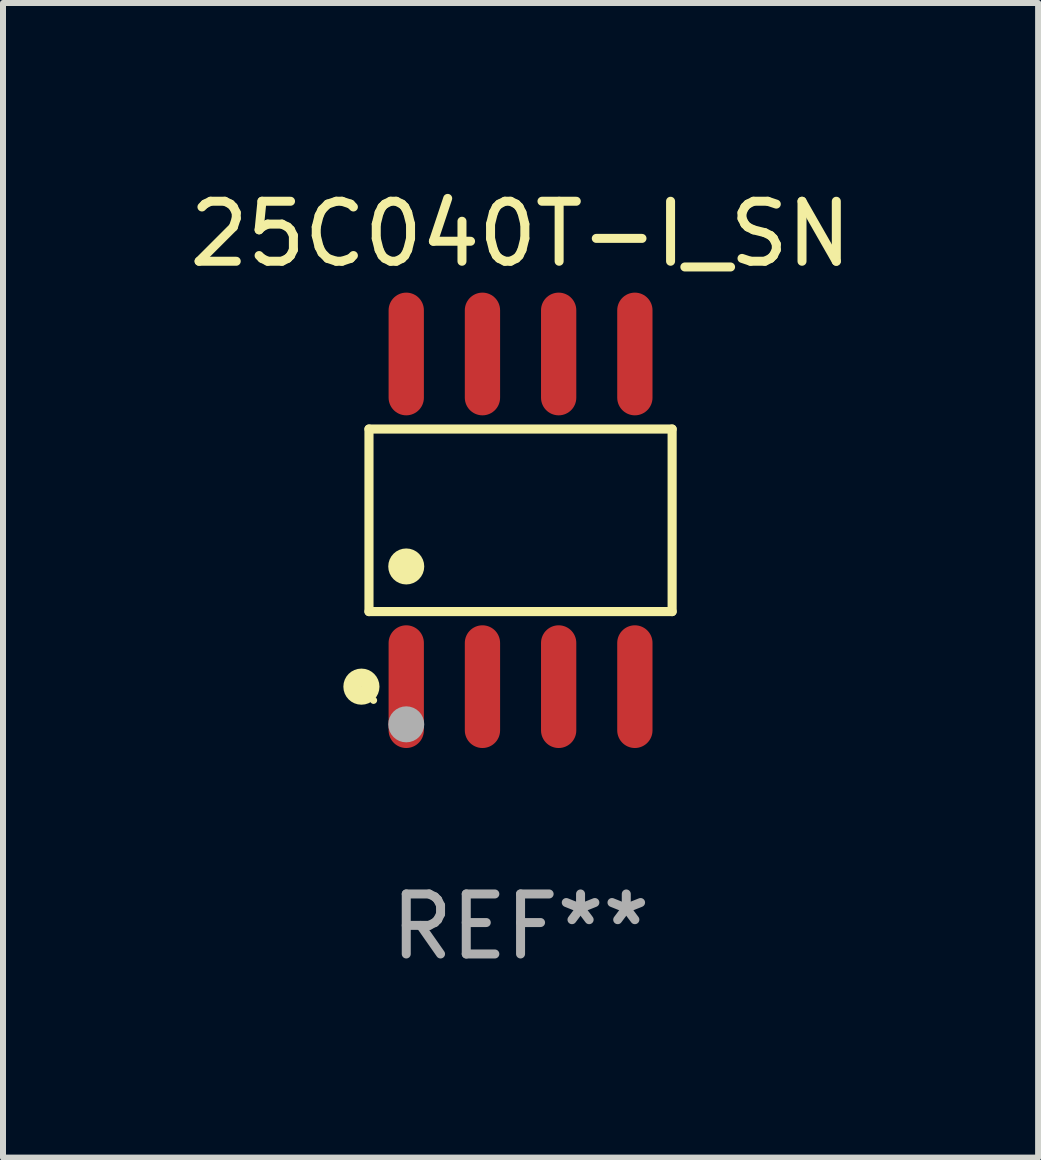
<source format=kicad_pcb>
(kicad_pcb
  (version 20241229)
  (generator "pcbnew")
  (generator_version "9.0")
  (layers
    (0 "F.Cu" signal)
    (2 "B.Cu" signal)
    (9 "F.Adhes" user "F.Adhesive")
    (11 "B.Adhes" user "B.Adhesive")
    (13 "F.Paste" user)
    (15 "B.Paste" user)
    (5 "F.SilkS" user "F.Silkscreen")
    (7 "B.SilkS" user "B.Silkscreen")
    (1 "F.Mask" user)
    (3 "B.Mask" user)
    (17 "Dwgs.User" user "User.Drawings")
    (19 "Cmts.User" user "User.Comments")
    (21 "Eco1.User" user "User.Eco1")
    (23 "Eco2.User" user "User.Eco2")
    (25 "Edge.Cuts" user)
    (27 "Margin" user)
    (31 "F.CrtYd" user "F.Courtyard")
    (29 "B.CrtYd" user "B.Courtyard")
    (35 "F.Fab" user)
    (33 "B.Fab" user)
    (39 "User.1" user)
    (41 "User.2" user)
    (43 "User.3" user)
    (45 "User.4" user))
  (footprint "25C040T-I_SN"
    (layer "F.Cu")
    (at 5.625 5.621)
    (property "Reference" "25C040T-I_SN" (at 0 -4.772 0) (layer "F.SilkS") (effects (font (size 1 1) (thickness 0.15))))
    (attr through_hole)
    (fp_line (start -2.526 -1.521) (end 2.526 -1.521) (stroke (width 0.152) (type solid)) (layer "F.SilkS"))
    (fp_line (start -2.526 1.521) (end -2.526 -1.521) (stroke (width 0.152) (type solid)) (layer "F.SilkS"))
    (fp_line (start 2.526 -1.521) (end 2.526 1.521) (stroke (width 0.152) (type solid)) (layer "F.SilkS"))
    (fp_line (start 2.526 1.521) (end -2.526 1.521) (stroke (width 0.152) (type solid)) (layer "F.SilkS"))
    (fp_circle (center -2.652 2.772) (end -2.501 2.772) (stroke (width 0.3) (type solid)) (fill no) (layer "F.SilkS"))
    (fp_circle (center -2.45 3) (end -2.42 3) (stroke (width 0.06) (type solid)) (fill no) (layer "F.SilkS"))
    (fp_circle (center -1.905 0.769) (end -1.755 0.769) (stroke (width 0.3) (type solid)) (fill no) (layer "F.SilkS"))
    (fp_circle (center -1.905 3.4) (end -1.755 3.4) (stroke (width 0.3) (type solid)) (fill no) (layer "F.Fab"))
    (fp_text user "REF**" (at 0 6.772 0) (layer "F.Fab") (effects (font (size 1 1) (thickness 0.15))))
    (pad "1" smd oval (at -1.905 2.772) (size 0.588 2.045) (layers "F.Cu" "F.Mask" "F.Paste"))
    (pad "2" smd oval (at -0.635 2.772) (size 0.588 2.045) (layers "F.Cu" "F.Mask" "F.Paste"))
    (pad "3" smd oval (at 0.635 2.772) (size 0.588 2.045) (layers "F.Cu" "F.Mask" "F.Paste"))
    (pad "4" smd oval (at 1.905 2.772) (size 0.588 2.045) (layers "F.Cu" "F.Mask" "F.Paste"))
    (pad "5" smd oval (at 1.905 -2.772) (size 0.588 2.045) (layers "F.Cu" "F.Mask" "F.Paste"))
    (pad "6" smd oval (at 0.635 -2.772) (size 0.588 2.045) (layers "F.Cu" "F.Mask" "F.Paste"))
    (pad "7" smd oval (at -0.635 -2.772) (size 0.588 2.045) (layers "F.Cu" "F.Mask" "F.Paste"))
    (pad "8" smd oval (at -1.905 -2.772) (size 0.588 2.045) (layers "F.Cu" "F.Mask" "F.Paste")))
  (gr_rect
    (start -3 -3)
    (end 14.25 16.241)
    (stroke (width 0.1) (type default))
    (fill no)
    (layer "Edge.Cuts")))
</source>
